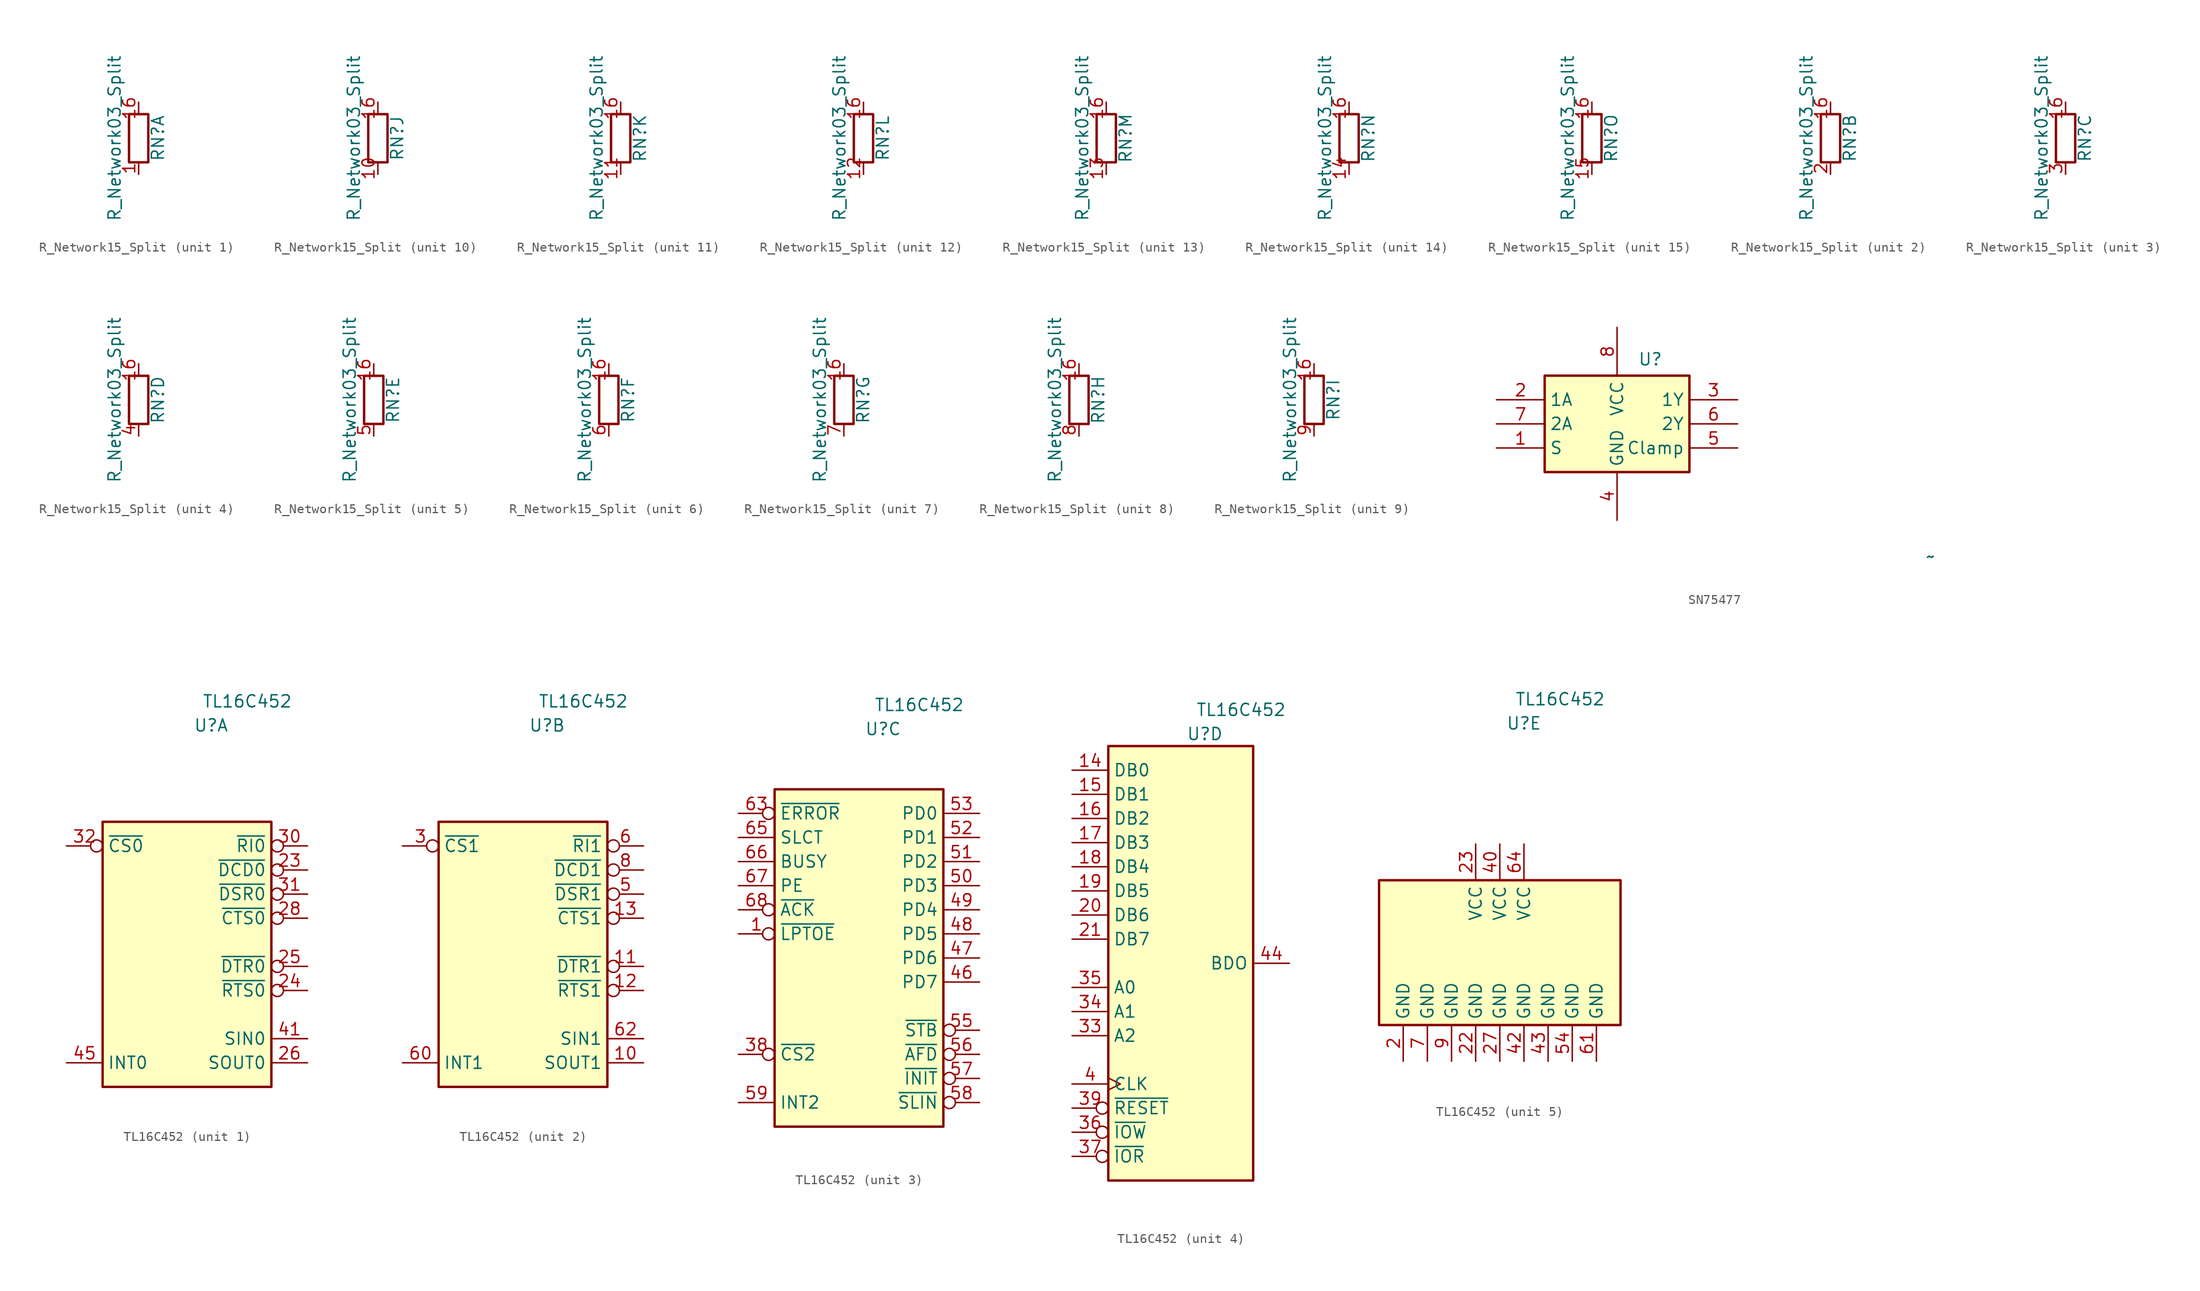
<source format=kicad_sym>
(kicad_symbol_lib
  (version 20231120)
  (generator "kicad_symbol_editor")
  (generator_version "8.0")
  (symbol "R_Network15_Split"
    (pin_names
      (offset 0) hide)
    (property "Reference" "RN"
      (at 2.032 0 90)
      (effects (font (size 1.27 1.27))))
    (property "Value" "R_Network03_Split"
      (at -2.54 0 90)
      (effects (font (size 1.27 1.27))))
    (symbol "R_Network15_Split_0_1"
      (rectangle (start -1.016 2.54) (end 1.016 -2.54) (stroke (width 0.254) (type default)) (fill (type none)))
      (pin passive line (at 0 3.81 270) (length 1.27) (name "R1" (effects (font (size 1.27 1.27)))) (number "16" (effects (font (size 1.27 1.27))))))
    (symbol "R_Network15_Split_1_1"
      (pin passive line (at 0 -3.81 90) (length 1.27) (name "R5.2" (effects (font (size 1.27 1.27)))) (number "1" (effects (font (size 1.27 1.27))))))
    (symbol "R_Network15_Split_2_1"
      (pin passive line (at 0 -3.81 90) (length 1.27) (name "R2.2" (effects (font (size 1.27 1.27)))) (number "2" (effects (font (size 1.27 1.27))))))
    (symbol "R_Network15_Split_3_1"
      (pin passive line (at 0 -3.81 90) (length 1.27) (name "R3.2" (effects (font (size 1.27 1.27)))) (number "3" (effects (font (size 1.27 1.27))))))
    (symbol "R_Network15_Split_4_1"
      (pin passive line (at 0 -3.81 90) (length 1.27) (name "R4.2" (effects (font (size 1.27 1.27)))) (number "4" (effects (font (size 1.27 1.27))))))
    (symbol "R_Network15_Split_5_1"
      (pin passive line (at 0 -3.81 90) (length 1.27) (name "R5.2" (effects (font (size 1.27 1.27)))) (number "5" (effects (font (size 1.27 1.27))))))
    (symbol "R_Network15_Split_6_1"
      (pin passive line (at 0 -3.81 90) (length 1.27) (name "R6.2" (effects (font (size 1.27 1.27)))) (number "6" (effects (font (size 1.27 1.27))))))
    (symbol "R_Network15_Split_7_1"
      (pin passive line (at 0 -3.81 90) (length 1.27) (name "R7.2" (effects (font (size 1.27 1.27)))) (number "7" (effects (font (size 1.27 1.27))))))
    (symbol "R_Network15_Split_8_1"
      (pin passive line (at 0 -3.81 90) (length 1.27) (name "R8.2" (effects (font (size 1.27 1.27)))) (number "8" (effects (font (size 1.27 1.27))))))
    (symbol "R_Network15_Split_9_1"
      (pin passive line (at 0 -3.81 90) (length 1.27) (name "R9.2" (effects (font (size 1.27 1.27)))) (number "9" (effects (font (size 1.27 1.27))))))
    (symbol "R_Network15_Split_10_1"
      (pin passive line (at 0 -3.81 90) (length 1.27) (name "R10.2" (effects (font (size 1.27 1.27)))) (number "10" (effects (font (size 1.27 1.27))))))
    (symbol "R_Network15_Split_11_1"
      (pin passive line (at 0 -3.81 90) (length 1.27) (name "R11.2" (effects (font (size 1.27 1.27)))) (number "11" (effects (font (size 1.27 1.27))))))
    (symbol "R_Network15_Split_12_1"
      (pin passive line (at 0 -3.81 90) (length 1.27) (name "R12.2" (effects (font (size 1.27 1.27)))) (number "12" (effects (font (size 1.27 1.27))))))
    (symbol "R_Network15_Split_13_1"
      (pin passive line (at 0 -3.81 90) (length 1.27) (name "R13.2" (effects (font (size 1.27 1.27)))) (number "13" (effects (font (size 1.27 1.27))))))
    (symbol "R_Network15_Split_14_1"
      (pin passive line (at 0 -3.81 90) (length 1.27) (name "R14.2" (effects (font (size 1.27 1.27)))) (number "14" (effects (font (size 1.27 1.27))))))
    (symbol "R_Network15_Split_15_1"
      (pin passive line (at 0 -3.81 90) (length 1.27) (name "R15.2" (effects (font (size 1.27 1.27)))) (number "15" (effects (font (size 1.27 1.27)))))))
  (symbol "SN75477"
    (property "Reference" "U"
      (at 2.194 6.8 0)
      (effects (font (size 1.27 1.27)) (justify left)))
    (property "Value" "~"
      (at 33.02 -13.97 0)
      (effects (font (size 1.27 1.27))))
    (symbol "SN75477_1_0"
      (pin input line (at -12.7 -2.54 0) (length 5.08) (name "S" (effects (font (size 1.27 1.27)))) (number "1" (effects (font (size 1.27 1.27)))))
      (pin input line (at -12.7 2.54 0) (length 5.08) (name "1A" (effects (font (size 1.27 1.27)))) (number "2" (effects (font (size 1.27 1.27)))))
      (pin output line (at 12.7 2.54 180) (length 5.08) (name "1Y" (effects (font (size 1.27 1.27)))) (number "3" (effects (font (size 1.27 1.27)))))
      (pin power_in line (at 0 -10.16 90) (length 5.08) (name "GND" (effects (font (size 1.27 1.27)))) (number "4" (effects (font (size 1.27 1.27)))))
      (pin output line (at 12.7 -2.54 180) (length 5.08) (name "Clamp" (effects (font (size 1.27 1.27)))) (number "5" (effects (font (size 1.27 1.27)))))
      (pin output line (at 12.7 0 180) (length 5.08) (name "2Y" (effects (font (size 1.27 1.27)))) (number "6" (effects (font (size 1.27 1.27)))))
      (pin input line (at -12.7 0 0) (length 5.08) (name "2A" (effects (font (size 1.27 1.27)))) (number "7" (effects (font (size 1.27 1.27)))))
      (pin power_in line (at 0 10.16 270) (length 5.08) (name "VCC" (effects (font (size 1.27 1.27)))) (number "8" (effects (font (size 1.27 1.27))))))
    (symbol "SN75477_1_1"
      (rectangle (start -7.62 5.08) (end 7.62 -5.08) (stroke (width 0.254) (type default)) (fill (type background)))))
  (symbol "TL16C452"
    (property "Reference" "U"
      (at 2.54 24.13 0)
      (effects (font (size 1.27 1.27))))
    (property "Value" "TL16C452"
      (at 6.35 26.67 0)
      (effects (font (size 1.27 1.27))))
    (property "ki_locked" ""
      (at 0 0 0)
      (effects (font (size 1.27 1.27))))
    (symbol "TL16C452_1_1"
      (rectangle (start -8.89 13.97) (end 8.89 -13.97) (stroke (width 0.254) (type default)) (fill (type background)))
      (pin input inverted (at 12.7 8.89 180) (length 3.81) (name "~{DCD0}" (effects (font (size 1.27 1.27)))) (number "23" (effects (font (size 1.27 1.27)))))
      (pin output inverted (at 12.7 -3.81 180) (length 3.81) (name "~{RTS0}" (effects (font (size 1.27 1.27)))) (number "24" (effects (font (size 1.27 1.27)))))
      (pin output inverted (at 12.7 -1.27 180) (length 3.81) (name "~{DTR0}" (effects (font (size 1.27 1.27)))) (number "25" (effects (font (size 1.27 1.27)))))
      (pin output line (at 12.7 -11.43 180) (length 3.81) (name "SOUT0" (effects (font (size 1.27 1.27)))) (number "26" (effects (font (size 1.27 1.27)))))
      (pin input inverted (at 12.7 3.81 180) (length 3.81) (name "~{CTS0}" (effects (font (size 1.27 1.27)))) (number "28" (effects (font (size 1.27 1.27)))))
      (pin input inverted (at 12.7 11.43 180) (length 3.81) (name "~{RI0}" (effects (font (size 1.27 1.27)))) (number "30" (effects (font (size 1.27 1.27)))))
      (pin input inverted (at 12.7 6.35 180) (length 3.81) (name "~{DSR0}" (effects (font (size 1.27 1.27)))) (number "31" (effects (font (size 1.27 1.27)))))
      (pin input inverted (at -12.7 11.43 0) (length 3.81) (name "~{CS0}" (effects (font (size 1.27 1.27)))) (number "32" (effects (font (size 1.27 1.27)))))
      (pin input line (at 12.7 -8.89 180) (length 3.81) (name "SIN0" (effects (font (size 1.27 1.27)))) (number "41" (effects (font (size 1.27 1.27)))))
      (pin output line (at -12.7 -11.43 0) (length 3.81) (name "INT0" (effects (font (size 1.27 1.27)))) (number "45" (effects (font (size 1.27 1.27))))))
    (symbol "TL16C452_2_1"
      (rectangle (start -8.89 13.97) (end 8.89 -13.97) (stroke (width 0.254) (type default)) (fill (type background)))
      (pin output line (at 12.7 -11.43 180) (length 3.81) (name "SOUT1" (effects (font (size 1.27 1.27)))) (number "10" (effects (font (size 1.27 1.27)))))
      (pin output inverted (at 12.7 -1.27 180) (length 3.81) (name "~{DTR1}" (effects (font (size 1.27 1.27)))) (number "11" (effects (font (size 1.27 1.27)))))
      (pin output inverted (at 12.7 -3.81 180) (length 3.81) (name "~{RTS1}" (effects (font (size 1.27 1.27)))) (number "12" (effects (font (size 1.27 1.27)))))
      (pin input inverted (at 12.7 3.81 180) (length 3.81) (name "~{CTS1}" (effects (font (size 1.27 1.27)))) (number "13" (effects (font (size 1.27 1.27)))))
      (pin input inverted (at -12.7 11.43 0) (length 3.81) (name "~{CS1}" (effects (font (size 1.27 1.27)))) (number "3" (effects (font (size 1.27 1.27)))))
      (pin input inverted (at 12.7 6.35 180) (length 3.81) (name "~{DSR1}" (effects (font (size 1.27 1.27)))) (number "5" (effects (font (size 1.27 1.27)))))
      (pin input inverted (at 12.7 11.43 180) (length 3.81) (name "~{RI1}" (effects (font (size 1.27 1.27)))) (number "6" (effects (font (size 1.27 1.27)))))
      (pin output line (at -12.7 -11.43 0) (length 3.81) (name "INT1" (effects (font (size 1.27 1.27)))) (number "60" (effects (font (size 1.27 1.27)))))
      (pin input line (at 12.7 -8.89 180) (length 3.81) (name "SIN1" (effects (font (size 1.27 1.27)))) (number "62" (effects (font (size 1.27 1.27)))))
      (pin input inverted (at 12.7 8.89 180) (length 3.81) (name "~{DCD1}" (effects (font (size 1.27 1.27)))) (number "8" (effects (font (size 1.27 1.27))))))
    (symbol "TL16C452_3_1"
      (rectangle (start -8.89 17.78) (end 8.89 -17.78) (stroke (width 0.254) (type default)) (fill (type background)))
      (pin input inverted (at -12.7 2.54 0) (length 3.81) (name "~{LPTOE}" (effects (font (size 1.27 1.27)))) (number "1" (effects (font (size 1.27 1.27)))))
      (pin input inverted (at -12.7 -10.16 0) (length 3.81) (name "~{CS2}" (effects (font (size 1.27 1.27)))) (number "38" (effects (font (size 1.27 1.27)))))
      (pin tri_state line (at 12.7 -2.54 180) (length 3.81) (name "PD7" (effects (font (size 1.27 1.27)))) (number "46" (effects (font (size 1.27 1.27)))))
      (pin tri_state line (at 12.7 0 180) (length 3.81) (name "PD6" (effects (font (size 1.27 1.27)))) (number "47" (effects (font (size 1.27 1.27)))))
      (pin tri_state line (at 12.7 2.54 180) (length 3.81) (name "PD5" (effects (font (size 1.27 1.27)))) (number "48" (effects (font (size 1.27 1.27)))))
      (pin tri_state line (at 12.7 5.08 180) (length 3.81) (name "PD4" (effects (font (size 1.27 1.27)))) (number "49" (effects (font (size 1.27 1.27)))))
      (pin tri_state line (at 12.7 7.62 180) (length 3.81) (name "PD3" (effects (font (size 1.27 1.27)))) (number "50" (effects (font (size 1.27 1.27)))))
      (pin tri_state line (at 12.7 10.16 180) (length 3.81) (name "PD2" (effects (font (size 1.27 1.27)))) (number "51" (effects (font (size 1.27 1.27)))))
      (pin tri_state line (at 12.7 12.7 180) (length 3.81) (name "PD1" (effects (font (size 1.27 1.27)))) (number "52" (effects (font (size 1.27 1.27)))))
      (pin tri_state line (at 12.7 15.24 180) (length 3.81) (name "PD0" (effects (font (size 1.27 1.27)))) (number "53" (effects (font (size 1.27 1.27)))))
      (pin bidirectional inverted (at 12.7 -7.62 180) (length 3.81) (name "~{STB}" (effects (font (size 1.27 1.27)))) (number "55" (effects (font (size 1.27 1.27)))))
      (pin bidirectional inverted (at 12.7 -10.16 180) (length 3.81) (name "~{AFD}" (effects (font (size 1.27 1.27)))) (number "56" (effects (font (size 1.27 1.27)))))
      (pin bidirectional inverted (at 12.7 -12.7 180) (length 3.81) (name "~{INIT}" (effects (font (size 1.27 1.27)))) (number "57" (effects (font (size 1.27 1.27)))))
      (pin bidirectional inverted (at 12.7 -15.24 180) (length 3.81) (name "~{SLIN}" (effects (font (size 1.27 1.27)))) (number "58" (effects (font (size 1.27 1.27)))))
      (pin output line (at -12.7 -15.24 0) (length 3.81) (name "INT2" (effects (font (size 1.27 1.27)))) (number "59" (effects (font (size 1.27 1.27)))))
      (pin input inverted (at -12.7 15.24 0) (length 3.81) (name "~{ERROR}" (effects (font (size 1.27 1.27)))) (number "63" (effects (font (size 1.27 1.27)))))
      (pin input line (at -12.7 12.7 0) (length 3.81) (name "SLCT" (effects (font (size 1.27 1.27)))) (number "65" (effects (font (size 1.27 1.27)))))
      (pin input line (at -12.7 10.16 0) (length 3.81) (name "BUSY" (effects (font (size 1.27 1.27)))) (number "66" (effects (font (size 1.27 1.27)))))
      (pin input line (at -12.7 7.62 0) (length 3.81) (name "PE" (effects (font (size 1.27 1.27)))) (number "67" (effects (font (size 1.27 1.27)))))
      (pin input inverted (at -12.7 5.08 0) (length 3.81) (name "~{ACK}" (effects (font (size 1.27 1.27)))) (number "68" (effects (font (size 1.27 1.27))))))
    (symbol "TL16C452_4_1"
      (rectangle (start -7.62 22.86) (end 7.62 -22.86) (stroke (width 0.254) (type default)) (fill (type background)))
      (pin bidirectional line (at -11.43 20.32 0) (length 3.81) (name "DB0" (effects (font (size 1.27 1.27)))) (number "14" (effects (font (size 1.27 1.27)))))
      (pin bidirectional line (at -11.43 17.78 0) (length 3.81) (name "DB1" (effects (font (size 1.27 1.27)))) (number "15" (effects (font (size 1.27 1.27)))))
      (pin bidirectional line (at -11.43 15.24 0) (length 3.81) (name "DB2" (effects (font (size 1.27 1.27)))) (number "16" (effects (font (size 1.27 1.27)))))
      (pin bidirectional line (at -11.43 12.7 0) (length 3.81) (name "DB3" (effects (font (size 1.27 1.27)))) (number "17" (effects (font (size 1.27 1.27)))))
      (pin bidirectional line (at -11.43 10.16 0) (length 3.81) (name "DB4" (effects (font (size 1.27 1.27)))) (number "18" (effects (font (size 1.27 1.27)))))
      (pin bidirectional line (at -11.43 7.62 0) (length 3.81) (name "DB5" (effects (font (size 1.27 1.27)))) (number "19" (effects (font (size 1.27 1.27)))))
      (pin bidirectional line (at -11.43 5.08 0) (length 3.81) (name "DB6" (effects (font (size 1.27 1.27)))) (number "20" (effects (font (size 1.27 1.27)))))
      (pin bidirectional line (at -11.43 2.54 0) (length 3.81) (name "DB7" (effects (font (size 1.27 1.27)))) (number "21" (effects (font (size 1.27 1.27)))))
      (pin input line (at -11.43 -7.62 0) (length 3.81) (name "A2" (effects (font (size 1.27 1.27)))) (number "33" (effects (font (size 1.27 1.27)))))
      (pin input line (at -11.43 -5.08 0) (length 3.81) (name "A1" (effects (font (size 1.27 1.27)))) (number "34" (effects (font (size 1.27 1.27)))))
      (pin input line (at -11.43 -2.54 0) (length 3.81) (name "A0" (effects (font (size 1.27 1.27)))) (number "35" (effects (font (size 1.27 1.27)))))
      (pin input inverted (at -11.43 -17.78 0) (length 3.81) (name "~{IOW}" (effects (font (size 1.27 1.27)))) (number "36" (effects (font (size 1.27 1.27)))))
      (pin input inverted (at -11.43 -20.32 0) (length 3.81) (name "~{IOR}" (effects (font (size 1.27 1.27)))) (number "37" (effects (font (size 1.27 1.27)))))
      (pin input inverted (at -11.43 -15.24 0) (length 3.81) (name "~{RESET}" (effects (font (size 1.27 1.27)))) (number "39" (effects (font (size 1.27 1.27)))))
      (pin input clock (at -11.43 -12.7 0) (length 3.81) (name "CLK" (effects (font (size 1.27 1.27)))) (number "4" (effects (font (size 1.27 1.27)))))
      (pin output line (at 11.43 0 180) (length 3.81) (name "BDO" (effects (font (size 1.27 1.27)))) (number "44" (effects (font (size 1.27 1.27))))))
    (symbol "TL16C452_5_1"
      (rectangle (start -12.7 7.62) (end 12.7 -7.62) (stroke (width 0.254) (type default)) (fill (type background)))
      (pin power_in line (at -10.16 -11.43 90) (length 3.81) (name "GND" (effects (font (size 1.27 1.27)))) (number "2" (effects (font (size 1.27 1.27)))))
      (pin power_in line (at -2.54 -11.43 90) (length 3.81) (name "GND" (effects (font (size 1.27 1.27)))) (number "22" (effects (font (size 1.27 1.27)))))
      (pin power_in line (at -2.54 11.43 270) (length 3.81) (name "VCC" (effects (font (size 1.27 1.27)))) (number "23" (effects (font (size 1.27 1.27)))))
      (pin power_in line (at 0 -11.43 90) (length 3.81) (name "GND" (effects (font (size 1.27 1.27)))) (number "27" (effects (font (size 1.27 1.27)))))
      (pin power_in line (at 0 11.43 270) (length 3.81) (name "VCC" (effects (font (size 1.27 1.27)))) (number "40" (effects (font (size 1.27 1.27)))))
      (pin power_in line (at 2.54 -11.43 90) (length 3.81) (name "GND" (effects (font (size 1.27 1.27)))) (number "42" (effects (font (size 1.27 1.27)))))
      (pin power_in line (at 5.08 -11.43 90) (length 3.81) (name "GND" (effects (font (size 1.27 1.27)))) (number "43" (effects (font (size 1.27 1.27)))))
      (pin power_in line (at 7.62 -11.43 90) (length 3.81) (name "GND" (effects (font (size 1.27 1.27)))) (number "54" (effects (font (size 1.27 1.27)))))
      (pin power_in line (at 10.16 -11.43 90) (length 3.81) (name "GND" (effects (font (size 1.27 1.27)))) (number "61" (effects (font (size 1.27 1.27)))))
      (pin power_in line (at 2.54 11.43 270) (length 3.81) (name "VCC" (effects (font (size 1.27 1.27)))) (number "64" (effects (font (size 1.27 1.27)))))
      (pin power_in line (at -7.62 -11.43 90) (length 3.81) (name "GND" (effects (font (size 1.27 1.27)))) (number "7" (effects (font (size 1.27 1.27)))))
      (pin power_in line (at -5.08 -11.43 90) (length 3.81) (name "GND" (effects (font (size 1.27 1.27)))) (number "9" (effects (font (size 1.27 1.27))))))))
</source>
